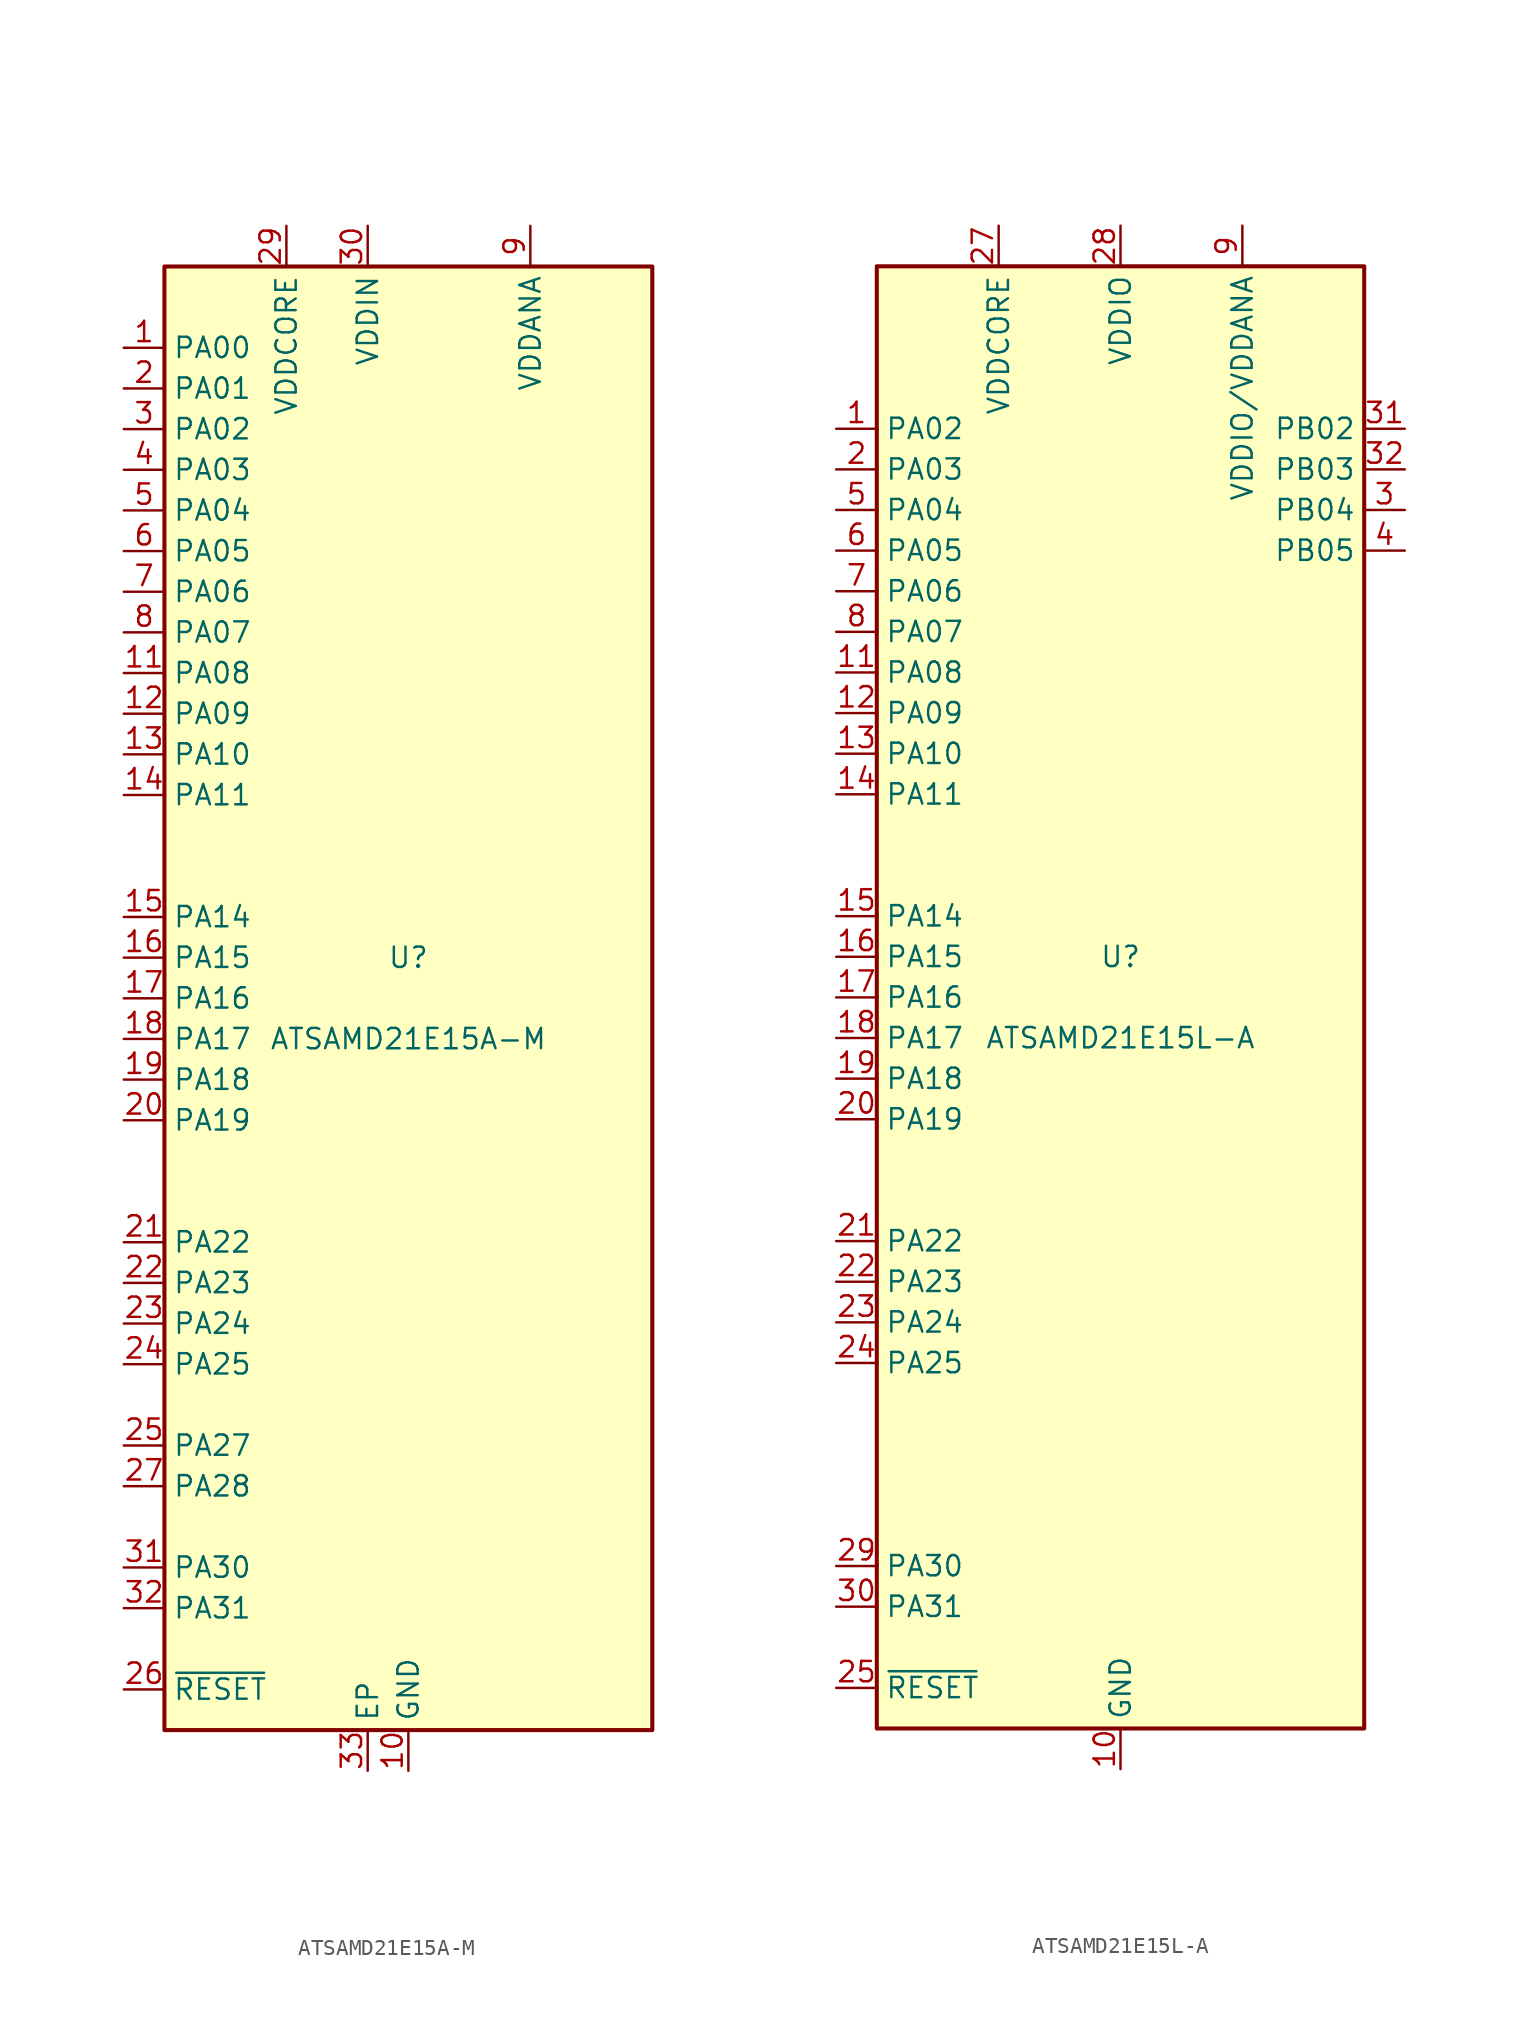
<source format=kicad_sym>
(kicad_symbol_lib
  (version 20201005)
  (generator kicad_symbol_editor)
  (symbol "MCU_Microchip_SAMD:ATSAMD21E15A-M"
    (property "Reference" "U"
      (at 0 2.54 0)
      (effects (font (size 1.27 1.27))))
    (property "Value" "ATSAMD21E15A-M"
      (at 0 -2.54 0)
      (effects (font (size 1.27 1.27))))
    (symbol "ATSAMD21E15A-M_1_1"
      (rectangle (start -15.24 45.72) (end 15.24 -45.72) (stroke (width 0.254)) (fill (type background)))
      (pin bidirectional line (at -17.78 40.64 0) (length 2.54) (name "PA00" (effects (font (size 1.27 1.27)))) (number "1" (effects (font (size 1.27 1.27)))))
      (pin power_in line (at 0 -48.26 90) (length 2.54) (name "GND" (effects (font (size 1.27 1.27)))) (number "10" (effects (font (size 1.27 1.27)))))
      (pin bidirectional line (at -17.78 20.32 0) (length 2.54) (name "PA08" (effects (font (size 1.27 1.27)))) (number "11" (effects (font (size 1.27 1.27)))))
      (pin bidirectional line (at -17.78 17.78 0) (length 2.54) (name "PA09" (effects (font (size 1.27 1.27)))) (number "12" (effects (font (size 1.27 1.27)))))
      (pin bidirectional line (at -17.78 15.24 0) (length 2.54) (name "PA10" (effects (font (size 1.27 1.27)))) (number "13" (effects (font (size 1.27 1.27)))))
      (pin bidirectional line (at -17.78 12.7 0) (length 2.54) (name "PA11" (effects (font (size 1.27 1.27)))) (number "14" (effects (font (size 1.27 1.27)))))
      (pin bidirectional line (at -17.78 5.08 0) (length 2.54) (name "PA14" (effects (font (size 1.27 1.27)))) (number "15" (effects (font (size 1.27 1.27)))))
      (pin bidirectional line (at -17.78 2.54 0) (length 2.54) (name "PA15" (effects (font (size 1.27 1.27)))) (number "16" (effects (font (size 1.27 1.27)))))
      (pin bidirectional line (at -17.78 0 0) (length 2.54) (name "PA16" (effects (font (size 1.27 1.27)))) (number "17" (effects (font (size 1.27 1.27)))))
      (pin bidirectional line (at -17.78 -2.54 0) (length 2.54) (name "PA17" (effects (font (size 1.27 1.27)))) (number "18" (effects (font (size 1.27 1.27)))))
      (pin bidirectional line (at -17.78 -5.08 0) (length 2.54) (name "PA18" (effects (font (size 1.27 1.27)))) (number "19" (effects (font (size 1.27 1.27)))))
      (pin bidirectional line (at -17.78 38.1 0) (length 2.54) (name "PA01" (effects (font (size 1.27 1.27)))) (number "2" (effects (font (size 1.27 1.27)))))
      (pin bidirectional line (at -17.78 -7.62 0) (length 2.54) (name "PA19" (effects (font (size 1.27 1.27)))) (number "20" (effects (font (size 1.27 1.27)))))
      (pin bidirectional line (at -17.78 -15.24 0) (length 2.54) (name "PA22" (effects (font (size 1.27 1.27)))) (number "21" (effects (font (size 1.27 1.27)))))
      (pin bidirectional line (at -17.78 -17.78 0) (length 2.54) (name "PA23" (effects (font (size 1.27 1.27)))) (number "22" (effects (font (size 1.27 1.27)))))
      (pin bidirectional line (at -17.78 -20.32 0) (length 2.54) (name "PA24" (effects (font (size 1.27 1.27)))) (number "23" (effects (font (size 1.27 1.27)))))
      (pin bidirectional line (at -17.78 -22.86 0) (length 2.54) (name "PA25" (effects (font (size 1.27 1.27)))) (number "24" (effects (font (size 1.27 1.27)))))
      (pin bidirectional line (at -17.78 -27.94 0) (length 2.54) (name "PA27" (effects (font (size 1.27 1.27)))) (number "25" (effects (font (size 1.27 1.27)))))
      (pin input line (at -17.78 -43.18 0) (length 2.54) (name "~RESET" (effects (font (size 1.27 1.27)))) (number "26" (effects (font (size 1.27 1.27)))))
      (pin bidirectional line (at -17.78 -30.48 0) (length 2.54) (name "PA28" (effects (font (size 1.27 1.27)))) (number "27" (effects (font (size 1.27 1.27)))))
      (pin passive line (at 0 -48.26 90) (length 2.54) hide (name "GND" (effects (font (size 1.27 1.27)))) (number "28" (effects (font (size 1.27 1.27)))))
      (pin power_out line (at -7.62 48.26 270) (length 2.54) (name "VDDCORE" (effects (font (size 1.27 1.27)))) (number "29" (effects (font (size 1.27 1.27)))))
      (pin bidirectional line (at -17.78 35.56 0) (length 2.54) (name "PA02" (effects (font (size 1.27 1.27)))) (number "3" (effects (font (size 1.27 1.27)))))
      (pin power_in line (at -2.54 48.26 270) (length 2.54) (name "VDDIN" (effects (font (size 1.27 1.27)))) (number "30" (effects (font (size 1.27 1.27)))))
      (pin bidirectional line (at -17.78 -35.56 0) (length 2.54) (name "PA30" (effects (font (size 1.27 1.27)))) (number "31" (effects (font (size 1.27 1.27)))))
      (pin bidirectional line (at -17.78 -38.1 0) (length 2.54) (name "PA31" (effects (font (size 1.27 1.27)))) (number "32" (effects (font (size 1.27 1.27)))))
      (pin passive line (at -2.54 -48.26 90) (length 2.54) (name "EP" (effects (font (size 1.27 1.27)))) (number "33" (effects (font (size 1.27 1.27)))))
      (pin bidirectional line (at -17.78 33.02 0) (length 2.54) (name "PA03" (effects (font (size 1.27 1.27)))) (number "4" (effects (font (size 1.27 1.27)))))
      (pin bidirectional line (at -17.78 30.48 0) (length 2.54) (name "PA04" (effects (font (size 1.27 1.27)))) (number "5" (effects (font (size 1.27 1.27)))))
      (pin bidirectional line (at -17.78 27.94 0) (length 2.54) (name "PA05" (effects (font (size 1.27 1.27)))) (number "6" (effects (font (size 1.27 1.27)))))
      (pin bidirectional line (at -17.78 25.4 0) (length 2.54) (name "PA06" (effects (font (size 1.27 1.27)))) (number "7" (effects (font (size 1.27 1.27)))))
      (pin bidirectional line (at -17.78 22.86 0) (length 2.54) (name "PA07" (effects (font (size 1.27 1.27)))) (number "8" (effects (font (size 1.27 1.27)))))
      (pin power_in line (at 7.62 48.26 270) (length 2.54) (name "VDDANA" (effects (font (size 1.27 1.27)))) (number "9" (effects (font (size 1.27 1.27)))))))
  (symbol "MCU_Microchip_SAMD:ATSAMD21E15L-A"
    (property "Reference" "U"
      (at 0 2.54 0)
      (effects (font (size 1.27 1.27))))
    (property "Value" "ATSAMD21E15L-A"
      (at 0 -2.54 0)
      (effects (font (size 1.27 1.27))))
    (symbol "ATSAMD21E15L-A_1_1"
      (rectangle (start -15.24 45.72) (end 15.24 -45.72) (stroke (width 0.254)) (fill (type background)))
      (pin bidirectional line (at -17.78 35.56 0) (length 2.54) (name "PA02" (effects (font (size 1.27 1.27)))) (number "1" (effects (font (size 1.27 1.27)))))
      (pin power_in line (at 0 -48.26 90) (length 2.54) (name "GND" (effects (font (size 1.27 1.27)))) (number "10" (effects (font (size 1.27 1.27)))))
      (pin bidirectional line (at -17.78 20.32 0) (length 2.54) (name "PA08" (effects (font (size 1.27 1.27)))) (number "11" (effects (font (size 1.27 1.27)))))
      (pin bidirectional line (at -17.78 17.78 0) (length 2.54) (name "PA09" (effects (font (size 1.27 1.27)))) (number "12" (effects (font (size 1.27 1.27)))))
      (pin bidirectional line (at -17.78 15.24 0) (length 2.54) (name "PA10" (effects (font (size 1.27 1.27)))) (number "13" (effects (font (size 1.27 1.27)))))
      (pin bidirectional line (at -17.78 12.7 0) (length 2.54) (name "PA11" (effects (font (size 1.27 1.27)))) (number "14" (effects (font (size 1.27 1.27)))))
      (pin bidirectional line (at -17.78 5.08 0) (length 2.54) (name "PA14" (effects (font (size 1.27 1.27)))) (number "15" (effects (font (size 1.27 1.27)))))
      (pin bidirectional line (at -17.78 2.54 0) (length 2.54) (name "PA15" (effects (font (size 1.27 1.27)))) (number "16" (effects (font (size 1.27 1.27)))))
      (pin bidirectional line (at -17.78 0 0) (length 2.54) (name "PA16" (effects (font (size 1.27 1.27)))) (number "17" (effects (font (size 1.27 1.27)))))
      (pin bidirectional line (at -17.78 -2.54 0) (length 2.54) (name "PA17" (effects (font (size 1.27 1.27)))) (number "18" (effects (font (size 1.27 1.27)))))
      (pin bidirectional line (at -17.78 -5.08 0) (length 2.54) (name "PA18" (effects (font (size 1.27 1.27)))) (number "19" (effects (font (size 1.27 1.27)))))
      (pin bidirectional line (at -17.78 33.02 0) (length 2.54) (name "PA03" (effects (font (size 1.27 1.27)))) (number "2" (effects (font (size 1.27 1.27)))))
      (pin bidirectional line (at -17.78 -7.62 0) (length 2.54) (name "PA19" (effects (font (size 1.27 1.27)))) (number "20" (effects (font (size 1.27 1.27)))))
      (pin bidirectional line (at -17.78 -15.24 0) (length 2.54) (name "PA22" (effects (font (size 1.27 1.27)))) (number "21" (effects (font (size 1.27 1.27)))))
      (pin bidirectional line (at -17.78 -17.78 0) (length 2.54) (name "PA23" (effects (font (size 1.27 1.27)))) (number "22" (effects (font (size 1.27 1.27)))))
      (pin bidirectional line (at -17.78 -20.32 0) (length 2.54) (name "PA24" (effects (font (size 1.27 1.27)))) (number "23" (effects (font (size 1.27 1.27)))))
      (pin bidirectional line (at -17.78 -22.86 0) (length 2.54) (name "PA25" (effects (font (size 1.27 1.27)))) (number "24" (effects (font (size 1.27 1.27)))))
      (pin input line (at -17.78 -43.18 0) (length 2.54) (name "~RESET" (effects (font (size 1.27 1.27)))) (number "25" (effects (font (size 1.27 1.27)))))
      (pin passive line (at 0 -48.26 90) (length 2.54) hide (name "GND" (effects (font (size 1.27 1.27)))) (number "26" (effects (font (size 1.27 1.27)))))
      (pin power_out line (at -7.62 48.26 270) (length 2.54) (name "VDDCORE" (effects (font (size 1.27 1.27)))) (number "27" (effects (font (size 1.27 1.27)))))
      (pin power_in line (at 0 48.26 270) (length 2.54) (name "VDDIO" (effects (font (size 1.27 1.27)))) (number "28" (effects (font (size 1.27 1.27)))))
      (pin bidirectional line (at -17.78 -35.56 0) (length 2.54) (name "PA30" (effects (font (size 1.27 1.27)))) (number "29" (effects (font (size 1.27 1.27)))))
      (pin bidirectional line (at 17.78 30.48 180) (length 2.54) (name "PB04" (effects (font (size 1.27 1.27)))) (number "3" (effects (font (size 1.27 1.27)))))
      (pin bidirectional line (at -17.78 -38.1 0) (length 2.54) (name "PA31" (effects (font (size 1.27 1.27)))) (number "30" (effects (font (size 1.27 1.27)))))
      (pin bidirectional line (at 17.78 35.56 180) (length 2.54) (name "PB02" (effects (font (size 1.27 1.27)))) (number "31" (effects (font (size 1.27 1.27)))))
      (pin bidirectional line (at 17.78 33.02 180) (length 2.54) (name "PB03" (effects (font (size 1.27 1.27)))) (number "32" (effects (font (size 1.27 1.27)))))
      (pin bidirectional line (at 17.78 27.94 180) (length 2.54) (name "PB05" (effects (font (size 1.27 1.27)))) (number "4" (effects (font (size 1.27 1.27)))))
      (pin bidirectional line (at -17.78 30.48 0) (length 2.54) (name "PA04" (effects (font (size 1.27 1.27)))) (number "5" (effects (font (size 1.27 1.27)))))
      (pin bidirectional line (at -17.78 27.94 0) (length 2.54) (name "PA05" (effects (font (size 1.27 1.27)))) (number "6" (effects (font (size 1.27 1.27)))))
      (pin bidirectional line (at -17.78 25.4 0) (length 2.54) (name "PA06" (effects (font (size 1.27 1.27)))) (number "7" (effects (font (size 1.27 1.27)))))
      (pin bidirectional line (at -17.78 22.86 0) (length 2.54) (name "PA07" (effects (font (size 1.27 1.27)))) (number "8" (effects (font (size 1.27 1.27)))))
      (pin power_in line (at 7.62 48.26 270) (length 2.54) (name "VDDIO/VDDANA" (effects (font (size 1.27 1.27)))) (number "9" (effects (font (size 1.27 1.27))))))))
</source>
